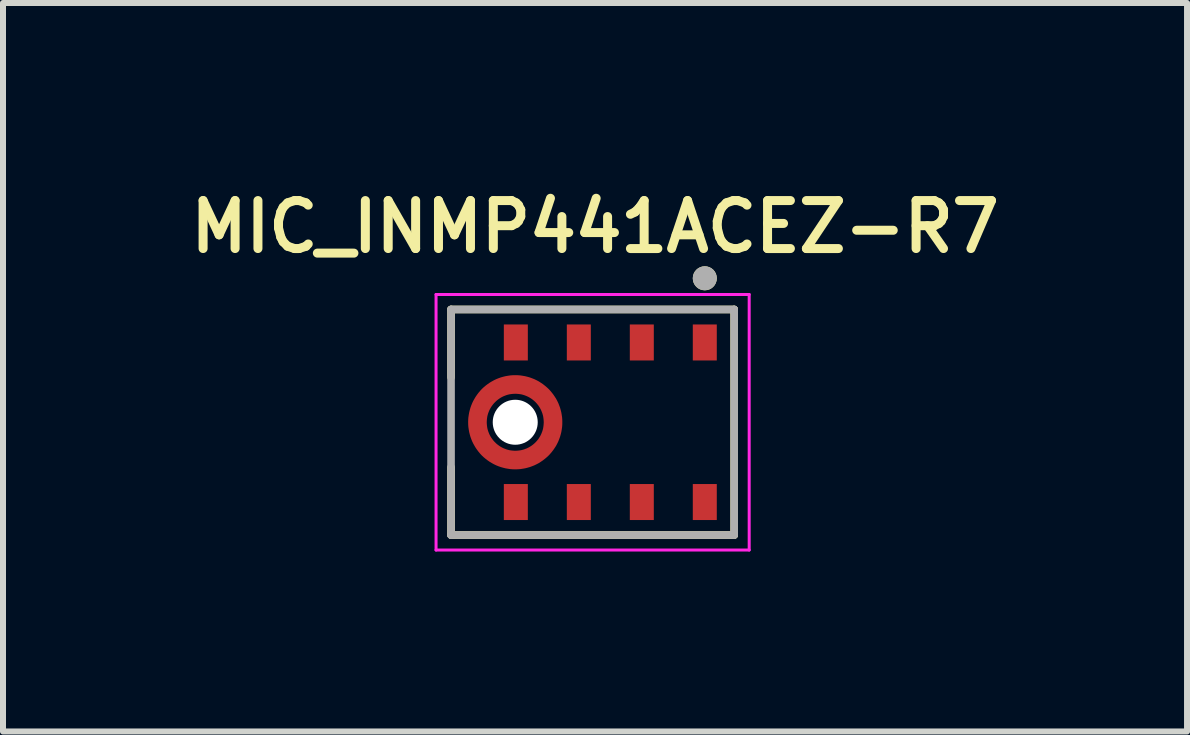
<source format=kicad_pcb>
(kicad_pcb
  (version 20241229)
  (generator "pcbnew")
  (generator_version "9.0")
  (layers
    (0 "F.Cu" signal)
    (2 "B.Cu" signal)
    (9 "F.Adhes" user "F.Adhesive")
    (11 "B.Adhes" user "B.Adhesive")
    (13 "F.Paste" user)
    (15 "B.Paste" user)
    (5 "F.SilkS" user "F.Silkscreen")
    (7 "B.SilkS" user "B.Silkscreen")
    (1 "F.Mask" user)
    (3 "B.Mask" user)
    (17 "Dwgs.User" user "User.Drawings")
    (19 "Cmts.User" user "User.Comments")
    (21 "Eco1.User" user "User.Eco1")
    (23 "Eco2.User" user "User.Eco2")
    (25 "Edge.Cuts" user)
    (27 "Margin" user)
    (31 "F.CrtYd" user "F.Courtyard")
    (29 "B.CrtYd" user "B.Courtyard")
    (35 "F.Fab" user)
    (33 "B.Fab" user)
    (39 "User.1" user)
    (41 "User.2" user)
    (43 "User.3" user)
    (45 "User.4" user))
  (footprint "MIC_INMP441ACEZ-R7"
    (layer "F.Cu")
    (at 6.829 3.989)
    (property "Reference" "MIC_INMP441ACEZ-R7" (at 0.04 -3.258 0) (layer "F.SilkS") (effects (font (size 0.8 0.8) (thickness 0.15))))
    (attr smd)
    (fp_circle (center -1.29 0) (end -0.85 0) (stroke (width 0.88) (type solid)) (fill no) (layer "F.Mask"))
    (fp_line (start -2.36 -1.88) (end -2.36 -0.75) (stroke (width 0.127) (type solid)) (layer "F.SilkS"))
    (fp_line (start -2.36 0.75) (end -2.36 1.88) (stroke (width 0.127) (type solid)) (layer "F.SilkS"))
    (fp_line (start 2.36 -1.88) (end -2.36 -1.88) (stroke (width 0.127) (type solid)) (layer "F.SilkS"))
    (fp_line (start 2.36 -1.88) (end 2.36 1.88) (stroke (width 0.127) (type solid)) (layer "F.SilkS"))
    (fp_line (start 2.36 1.88) (end -2.36 1.88) (stroke (width 0.127) (type solid)) (layer "F.SilkS"))
    (fp_circle (center 1.87 -2.4) (end 1.97 -2.4) (stroke (width 0.2) (type solid)) (fill no) (layer "F.SilkS"))
    (fp_poly (pts (xy -1.455 -1.605) (xy -1.105 -1.605) (xy -1.105 -1.055) (xy -1.455 -1.055)) (stroke (width 0.01) (type solid)) (fill yes) (layer "F.Paste"))
    (fp_poly (pts (xy -1.455 1.055) (xy -1.105 1.055) (xy -1.105 1.605) (xy -1.455 1.605)) (stroke (width 0.01) (type solid)) (fill yes) (layer "F.Paste"))
    (fp_poly (pts (xy -0.405 -1.605) (xy -0.055 -1.605) (xy -0.055 -1.055) (xy -0.405 -1.055)) (stroke (width 0.01) (type solid)) (fill yes) (layer "F.Paste"))
    (fp_poly (pts (xy -0.405 1.055) (xy -0.055 1.055) (xy -0.055 1.605) (xy -0.405 1.605)) (stroke (width 0.01) (type solid)) (fill yes) (layer "F.Paste"))
    (fp_poly (pts (xy 0.645 -1.605) (xy 0.995 -1.605) (xy 0.995 -1.055) (xy 0.645 -1.055)) (stroke (width 0.01) (type solid)) (fill yes) (layer "F.Paste"))
    (fp_poly (pts (xy 0.645 1.055) (xy 0.995 1.055) (xy 0.995 1.605) (xy 0.645 1.605)) (stroke (width 0.01) (type solid)) (fill yes) (layer "F.Paste"))
    (fp_poly (pts (xy 1.695 -1.605) (xy 2.045 -1.605) (xy 2.045 -1.055) (xy 1.695 -1.055)) (stroke (width 0.01) (type solid)) (fill yes) (layer "F.Paste"))
    (fp_poly (pts (xy 1.695 1.055) (xy 2.045 1.055) (xy 2.045 1.605) (xy 1.695 1.605)) (stroke (width 0.01) (type solid)) (fill yes) (layer "F.Paste"))
    (fp_poly (pts (xy -1.584 -0.435) (xy -1.781 -0.632) (xy -1.751 -0.654) (xy -1.719 -0.676) (xy -1.686 -0.696) (xy -1.652 -0.714) (xy -1.617 -0.731) (xy -1.581 -0.745) (xy -1.545 -0.759) (xy -1.508 -0.77) (xy -1.471 -0.78) (xy -1.433 -0.788) (xy -1.395 -0.794) (xy -1.357 -0.798) (xy -1.318 -0.8) (xy -1.28 -0.8) (xy -1.241 -0.799) (xy -1.203 -0.796) (xy -1.165 -0.791) (xy -1.127 -0.784) (xy -1.089 -0.775) (xy -1.052 -0.764) (xy -1.015 -0.752) (xy -0.98 -0.738) (xy -0.944 -0.722) (xy -0.91 -0.704) (xy -0.877 -0.685) (xy -0.844 -0.664) (xy -0.813 -0.642) (xy -0.782 -0.618) (xy -0.753 -0.593) (xy -0.724 -0.566) (xy -0.697 -0.537) (xy -0.672 -0.508) (xy -0.648 -0.477) (xy -0.626 -0.446) (xy -0.605 -0.413) (xy -0.586 -0.38) (xy -0.568 -0.346) (xy -0.552 -0.31) (xy -0.538 -0.275) (xy -0.526 -0.238) (xy -0.515 -0.201) (xy -0.506 -0.163) (xy -0.499 -0.125) (xy -0.494 -0.087) (xy -0.491 -0.049) (xy -0.49 -0.01) (xy -0.49 0.028) (xy -0.492 0.067) (xy -0.496 0.105) (xy -0.502 0.143) (xy -0.51 0.181) (xy -0.52 0.218) (xy -0.531 0.255) (xy -0.545 0.291) (xy -0.559 0.327) (xy -0.576 0.362) (xy -0.594 0.396) (xy -0.614 0.429) (xy -0.636 0.461) (xy -0.658 0.491) (xy -0.855 0.294) (xy -0.844 0.277) (xy -0.831 0.257) (xy -0.82 0.235) (xy -0.81 0.214) (xy -0.8 0.191) (xy -0.792 0.169) (xy -0.784 0.146) (xy -0.778 0.122) (xy -0.773 0.099) (xy -0.769 0.075) (xy -0.766 0.051) (xy -0.764 0.027) (xy -0.763 0.002) (xy -0.764 -0.022) (xy -0.765 -0.046) (xy -0.768 -0.07) (xy -0.772 -0.094) (xy -0.777 -0.117) (xy -0.783 -0.141) (xy -0.79 -0.164) (xy -0.798 -0.187) (xy -0.807 -0.209) (xy -0.817 -0.231) (xy -0.829 -0.253) (xy -0.841 -0.273) (xy -0.854 -0.294) (xy -0.868 -0.313) (xy -0.883 -0.332) (xy -0.899 -0.351) (xy -0.919 -0.371) (xy -0.939 -0.391) (xy -0.958 -0.407) (xy -0.977 -0.422) (xy -0.996 -0.436) (xy -1.017 -0.449) (xy -1.037 -0.461) (xy -1.059 -0.473) (xy -1.081 -0.483) (xy -1.103 -0.492) (xy -1.126 -0.5) (xy -1.149 -0.507) (xy -1.173 -0.513) (xy -1.196 -0.518) (xy -1.22 -0.522) (xy -1.244 -0.525) (xy -1.268 -0.526) (xy -1.292 -0.527) (xy -1.317 -0.526) (xy -1.341 -0.524) (xy -1.365 -0.521) (xy -1.389 -0.517) (xy -1.412 -0.512) (xy -1.436 -0.506) (xy -1.459 -0.498) (xy -1.481 -0.49) (xy -1.504 -0.48) (xy -1.525 -0.47) (xy -1.547 -0.459) (xy -1.567 -0.446) (xy -1.584 -0.435) (xy -1.584 -0.435)) (stroke (width 0.01) (type solid)) (fill yes) (layer "F.Paste"))
    (fp_poly (pts (xy -0.996 0.435) (xy -0.799 0.632) (xy -0.829 0.654) (xy -0.861 0.676) (xy -0.894 0.696) (xy -0.928 0.714) (xy -0.963 0.731) (xy -0.999 0.745) (xy -1.035 0.759) (xy -1.072 0.77) (xy -1.109 0.78) (xy -1.147 0.788) (xy -1.185 0.794) (xy -1.223 0.798) (xy -1.262 0.8) (xy -1.3 0.8) (xy -1.339 0.799) (xy -1.377 0.796) (xy -1.415 0.791) (xy -1.453 0.784) (xy -1.491 0.775) (xy -1.528 0.764) (xy -1.565 0.752) (xy -1.6 0.738) (xy -1.636 0.722) (xy -1.67 0.704) (xy -1.703 0.685) (xy -1.736 0.664) (xy -1.767 0.642) (xy -1.798 0.618) (xy -1.827 0.593) (xy -1.856 0.566) (xy -1.883 0.537) (xy -1.908 0.508) (xy -1.932 0.477) (xy -1.954 0.446) (xy -1.975 0.413) (xy -1.994 0.38) (xy -2.012 0.346) (xy -2.028 0.31) (xy -2.042 0.275) (xy -2.054 0.238) (xy -2.065 0.201) (xy -2.074 0.163) (xy -2.081 0.125) (xy -2.086 0.087) (xy -2.089 0.049) (xy -2.09 0.01) (xy -2.09 -0.028) (xy -2.088 -0.067) (xy -2.084 -0.105) (xy -2.078 -0.143) (xy -2.07 -0.181) (xy -2.06 -0.218) (xy -2.049 -0.255) (xy -2.035 -0.291) (xy -2.021 -0.327) (xy -2.004 -0.362) (xy -1.986 -0.396) (xy -1.966 -0.429) (xy -1.944 -0.461) (xy -1.922 -0.491) (xy -1.725 -0.294) (xy -1.736 -0.277) (xy -1.749 -0.257) (xy -1.76 -0.235) (xy -1.77 -0.214) (xy -1.78 -0.191) (xy -1.788 -0.169) (xy -1.796 -0.146) (xy -1.802 -0.122) (xy -1.807 -0.099) (xy -1.811 -0.075) (xy -1.814 -0.051) (xy -1.816 -0.027) (xy -1.817 -0.002) (xy -1.816 0.022) (xy -1.815 0.046) (xy -1.812 0.07) (xy -1.808 0.094) (xy -1.803 0.117) (xy -1.797 0.141) (xy -1.79 0.164) (xy -1.782 0.187) (xy -1.773 0.209) (xy -1.763 0.231) (xy -1.751 0.253) (xy -1.739 0.273) (xy -1.726 0.294) (xy -1.712 0.313) (xy -1.697 0.332) (xy -1.681 0.351) (xy -1.661 0.371) (xy -1.641 0.391) (xy -1.622 0.407) (xy -1.603 0.422) (xy -1.584 0.436) (xy -1.563 0.449) (xy -1.543 0.461) (xy -1.521 0.473) (xy -1.499 0.483) (xy -1.477 0.492) (xy -1.454 0.5) (xy -1.431 0.507) (xy -1.407 0.513) (xy -1.384 0.518) (xy -1.36 0.522) (xy -1.336 0.525) (xy -1.312 0.526) (xy -1.288 0.527) (xy -1.263 0.526) (xy -1.239 0.524) (xy -1.215 0.521) (xy -1.191 0.517) (xy -1.168 0.512) (xy -1.144 0.506) (xy -1.121 0.498) (xy -1.099 0.49) (xy -1.076 0.48) (xy -1.055 0.47) (xy -1.033 0.459) (xy -1.013 0.446) (xy -0.996 0.435) (xy -0.996 0.435)) (stroke (width 0.01) (type solid)) (fill yes) (layer "F.Paste"))
    (fp_line (start -2.61 -2.13) (end -2.61 2.13) (stroke (width 0.05) (type solid)) (layer "F.CrtYd"))
    (fp_line (start 2.61 -2.13) (end -2.61 -2.13) (stroke (width 0.05) (type solid)) (layer "F.CrtYd"))
    (fp_line (start 2.61 -2.13) (end 2.61 2.13) (stroke (width 0.05) (type solid)) (layer "F.CrtYd"))
    (fp_line (start 2.61 2.13) (end -2.61 2.13) (stroke (width 0.05) (type solid)) (layer "F.CrtYd"))
    (fp_line (start -2.36 -1.88) (end -2.36 1.88) (stroke (width 0.127) (type solid)) (layer "F.Fab"))
    (fp_line (start 2.36 -1.88) (end -2.36 -1.88) (stroke (width 0.127) (type solid)) (layer "F.Fab"))
    (fp_line (start 2.36 -1.88) (end 2.36 1.88) (stroke (width 0.127) (type solid)) (layer "F.Fab"))
    (fp_line (start 2.36 1.88) (end -2.36 1.88) (stroke (width 0.127) (type solid)) (layer "F.Fab"))
    (fp_circle (center 1.87 -2.4) (end 1.97 -2.4) (stroke (width 0.2) (type solid)) (fill no) (layer "F.Fab"))
    (pad "" np_thru_hole circle (at -1.29 0) (size 0.75 0.75) (drill 0.75) (layers "*.Cu" "*.Mask"))
    (pad "1" smd rect (at 1.87 -1.33) (size 0.4 0.6) (layers "F.Cu" "F.Mask"))
    (pad "2" smd rect (at 0.82 -1.33) (size 0.4 0.6) (layers "F.Cu" "F.Mask"))
    (pad "3" smd rect (at -0.23 -1.33) (size 0.4 0.6) (layers "F.Cu" "F.Mask"))
    (pad "4" smd rect (at -1.28 -1.33) (size 0.4 0.6) (layers "F.Cu" "F.Mask"))
    (pad "5" smd custom (at -1.92 0) (size 0.1 0.1) (layers "F.Cu") (options (anchor rect)) (primitives (gr_poly (pts (xy 1.41 -0.003) (xy 1.11 -0.003) (xy 1.109 -0.026) (xy 1.107 -0.051) (xy 1.104 -0.076) (xy 1.1 -0.101) (xy 1.094 -0.125) (xy 1.087 -0.149) (xy 1.078 -0.173) (xy 1.069 -0.196) (xy 1.058 -0.219) (xy 1.046 -0.241) (xy 1.033 -0.262) (xy 1.019 -0.283) (xy 1.003 -0.303) (xy 0.987 -0.322) (xy 0.97 -0.34) (xy 0.952 -0.357) (xy 0.933 -0.373) (xy 0.913 -0.389) (xy 0.892 -0.403) (xy 0.871 -0.416) (xy 0.849 -0.428) (xy 0.826 -0.439) (xy 0.803 -0.448) (xy 0.779 -0.457) (xy 0.755 -0.464) (xy 0.731 -0.47) (xy 0.706 -0.474) (xy 0.681 -0.477) (xy 0.656 -0.479) (xy 0.63 -0.48) (xy 0.605 -0.479) (xy 0.58 -0.477) (xy 0.555 -0.474) (xy 0.53 -0.47) (xy 0.506 -0.464) (xy 0.482 -0.457) (xy 0.458 -0.448) (xy 0.435 -0.439) (xy 0.412 -0.428) (xy 0.39 -0.416) (xy 0.369 -0.403) (xy 0.348 -0.388) (xy 0.328 -0.373) (xy 0.309 -0.357) (xy 0.291 -0.339) (xy 0.273 -0.321) (xy 0.257 -0.302) (xy 0.242 -0.282) (xy 0.227 -0.261) (xy 0.214 -0.24) (xy 0.202 -0.218) (xy 0.191 -0.195) (xy 0.182 -0.172) (xy 0.173 -0.148) (xy 0.166 -0.124) (xy 0.16 -0.1) (xy 0.156 -0.075) (xy 0.153 -0.05) (xy 0.151 -0.025) (xy 0.15 0) (xy 0.151 0.025) (xy 0.153 0.05) (xy 0.156 0.075) (xy 0.16 0.1) (xy 0.166 0.124) (xy 0.173 0.148) (xy 0.182 0.172) (xy 0.191 0.195) (xy 0.202 0.218) (xy 0.214 0.24) (xy 0.227 0.261) (xy 0.242 0.282) (xy 0.257 0.302) (xy 0.273 0.321) (xy 0.291 0.339) (xy 0.309 0.357) (xy 0.328 0.373) (xy 0.348 0.388) (xy 0.369 0.403) (xy 0.39 0.416) (xy 0.412 0.428) (xy 0.435 0.439) (xy 0.458 0.448) (xy 0.482 0.457) (xy 0.506 0.464) (xy 0.53 0.47) (xy 0.555 0.474) (xy 0.58 0.477) (xy 0.605 0.479) (xy 0.63 0.48) (xy 0.656 0.479) (xy 0.681 0.477) (xy 0.706 0.474) (xy 0.731 0.47) (xy 0.755 0.464) (xy 0.779 0.457) (xy 0.803 0.448) (xy 0.826 0.439) (xy 0.849 0.428) (xy 0.871 0.416) (xy 0.892 0.403) (xy 0.913 0.389) (xy 0.933 0.373) (xy 0.952 0.357) (xy 0.97 0.34) (xy 0.987 0.322) (xy 1.003 0.303) (xy 1.019 0.283) (xy 1.033 0.262) (xy 1.046 0.241) (xy 1.058 0.219) (xy 1.069 0.196) (xy 1.078 0.173) (xy 1.087 0.149) (xy 1.094 0.125) (xy 1.1 0.101) (xy 1.104 0.076) (xy 1.107 0.051) (xy 1.109 0.026) (xy 1.11 0.003) (xy 1.41 0.003) (xy 1.409 0.042) (xy 1.406 0.083) (xy 1.4 0.123) (xy 1.393 0.163) (xy 1.383 0.203) (xy 1.372 0.242) (xy 1.358 0.28) (xy 1.343 0.318) (xy 1.325 0.355) (xy 1.306 0.391) (xy 1.284 0.425) (xy 1.261 0.459) (xy 1.236 0.491) (xy 1.21 0.522) (xy 1.182 0.552) (xy 1.152 0.58) (xy 1.121 0.606) (xy 1.089 0.631) (xy 1.055 0.654) (xy 1.021 0.676) (xy 0.985 0.695) (xy 0.948 0.713) (xy 0.91 0.728) (xy 0.872 0.742) (xy 0.833 0.753) (xy 0.793 0.763) (xy 0.753 0.77) (xy 0.713 0.776) (xy 0.672 0.779) (xy 0.63 0.78) (xy 0.589 0.779) (xy 0.548 0.776) (xy 0.508 0.77) (xy 0.468 0.763) (xy 0.428 0.753) (xy 0.389 0.742) (xy 0.35 0.728) (xy 0.313 0.713) (xy 0.276 0.695) (xy 0.24 0.675) (xy 0.205 0.654) (xy 0.172 0.631) (xy 0.139 0.606) (xy 0.108 0.58) (xy 0.078 0.552) (xy 0.05 0.522) (xy 0.024 0.491) (xy -0.001 0.458) (xy -0.024 0.425) (xy -0.045 0.39) (xy -0.065 0.354) (xy -0.083 0.317) (xy -0.098 0.28) (xy -0.112 0.241) (xy -0.123 0.202) (xy -0.133 0.162) (xy -0.14 0.122) (xy -0.146 0.082) (xy -0.149 0.041) (xy -0.15 0) (xy -0.149 -0.041) (xy -0.146 -0.082) (xy -0.14 -0.122) (xy -0.133 -0.162) (xy -0.123 -0.202) (xy -0.112 -0.241) (xy -0.098 -0.28) (xy -0.083 -0.317) (xy -0.065 -0.354) (xy -0.045 -0.39) (xy -0.024 -0.425) (xy -0.001 -0.458) (xy 0.024 -0.491) (xy 0.05 -0.522) (xy 0.078 -0.552) (xy 0.108 -0.58) (xy 0.139 -0.606) (xy 0.172 -0.631) (xy 0.205 -0.654) (xy 0.24 -0.675) (xy 0.276 -0.695) (xy 0.313 -0.713) (xy 0.35 -0.728) (xy 0.389 -0.742) (xy 0.428 -0.753) (xy 0.468 -0.763) (xy 0.508 -0.77) (xy 0.548 -0.776) (xy 0.589 -0.779) (xy 0.63 -0.78) (xy 0.672 -0.779) (xy 0.713 -0.776) (xy 0.753 -0.77) (xy 0.793 -0.763) (xy 0.833 -0.753) (xy 0.872 -0.742) (xy 0.91 -0.728) (xy 0.948 -0.713) (xy 0.985 -0.695) (xy 1.021 -0.676) (xy 1.055 -0.654) (xy 1.089 -0.631) (xy 1.121 -0.606) (xy 1.152 -0.58) (xy 1.182 -0.552) (xy 1.21 -0.522) (xy 1.236 -0.491) (xy 1.261 -0.459) (xy 1.284 -0.425) (xy 1.306 -0.391) (xy 1.325 -0.355) (xy 1.343 -0.318) (xy 1.358 -0.28) (xy 1.372 -0.242) (xy 1.383 -0.203) (xy 1.393 -0.163) (xy 1.4 -0.123) (xy 1.406 -0.083) (xy 1.409 -0.042) (xy 1.41 -0.003) (xy 1.41 -0.003)) (width 0.01) (fill yes))))
    (pad "6" smd rect (at -1.28 1.33) (size 0.4 0.6) (layers "F.Cu" "F.Mask"))
    (pad "7" smd rect (at -0.23 1.33) (size 0.4 0.6) (layers "F.Cu" "F.Mask"))
    (pad "8" smd rect (at 0.82 1.33) (size 0.4 0.6) (layers "F.Cu" "F.Mask"))
    (pad "9" smd rect (at 1.87 1.33) (size 0.4 0.6) (layers "F.Cu" "F.Mask")))
  (gr_rect
    (start -3 -3)
    (end 16.738 9.144)
    (stroke (width 0.1) (type default))
    (fill no)
    (layer "Edge.Cuts")))
</source>
